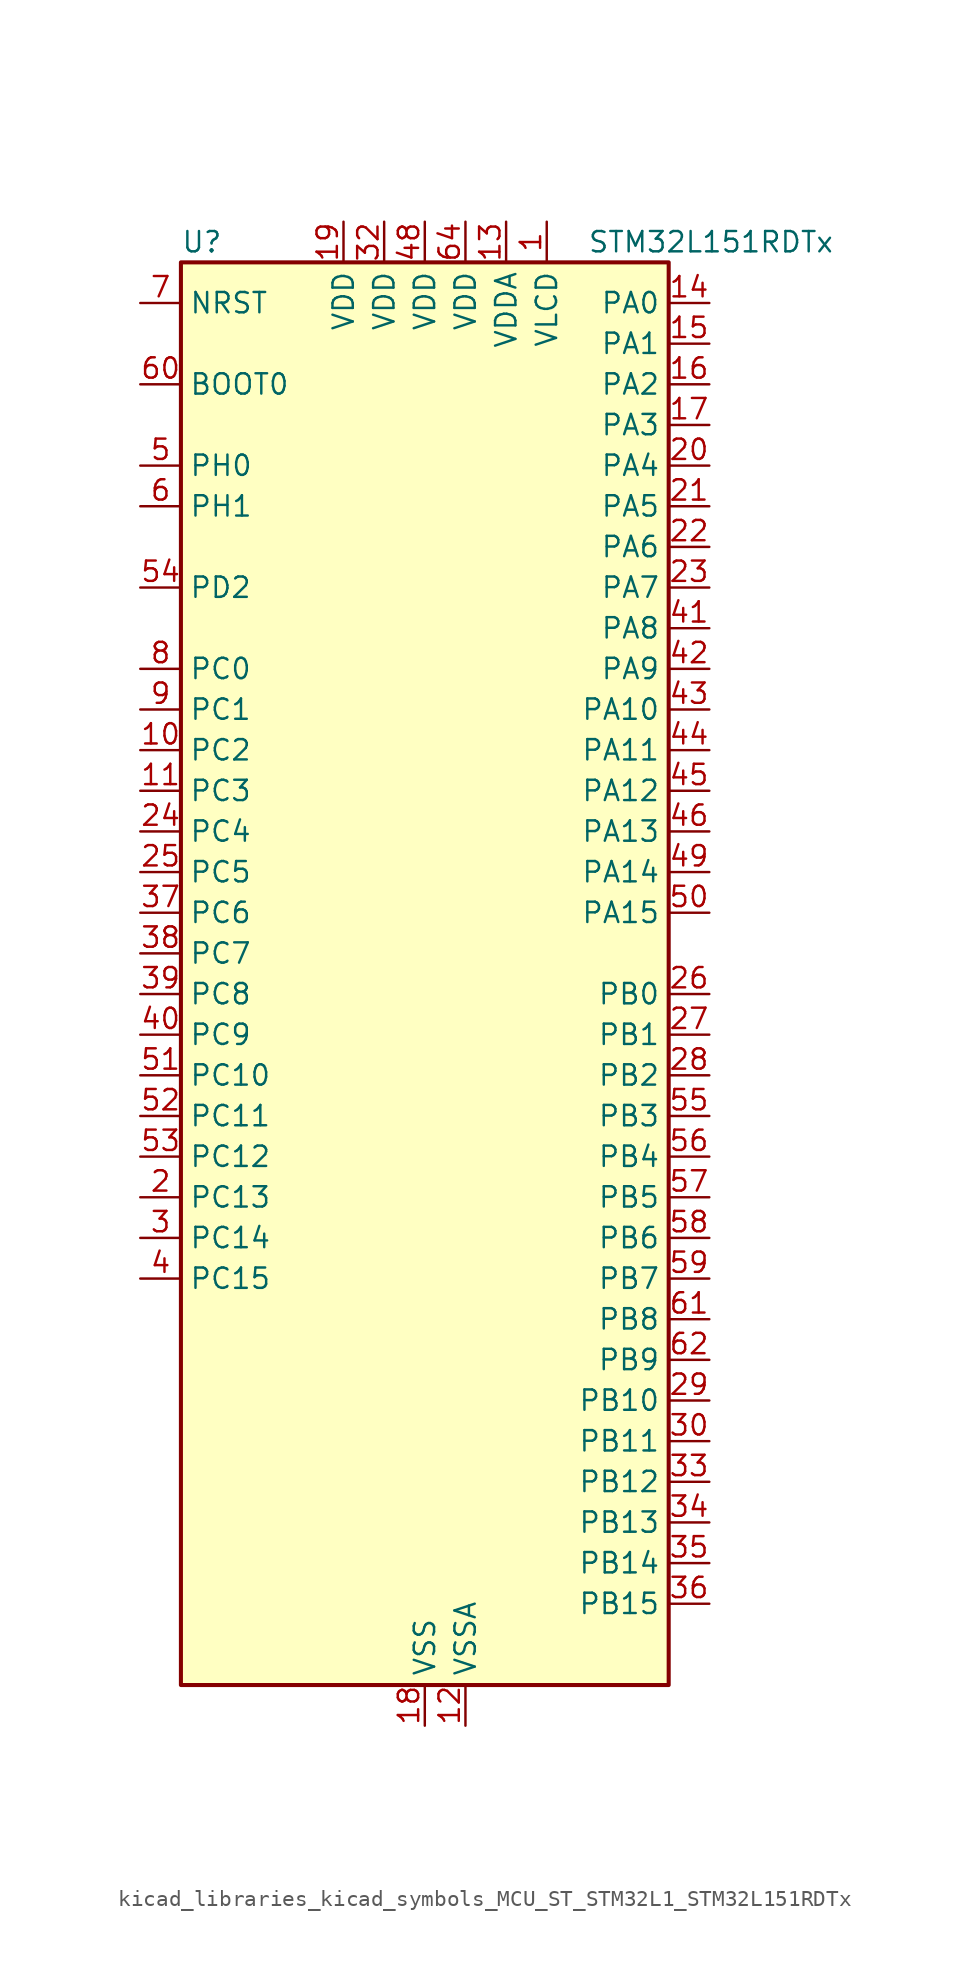
<source format=kicad_sym>
(kicad_symbol_lib
  (version 20220914)
  (generator kicad_symbol_editor)
  (symbol "kicad_libraries_kicad_symbols_MCU_ST_STM32L1_STM32L151RDTx"
    (property "Reference" "U"
      (at -15.24 46.99 0)
      (effects (font (size 1.27 1.27)) (justify left)))
    (property "Value" "STM32L151RDTx"
      (at 10.16 46.99 0)
      (effects (font (size 1.27 1.27)) (justify left)))
    (property "ki_locked" ""
      (at 0 0 0)
      (effects (font (size 1.27 1.27))))
    (symbol "kicad_libraries_kicad_symbols_MCU_ST_STM32L1_STM32L151RDTx_0_1"
      (rectangle (start -15.24 -43.18) (end 15.24 45.72) (stroke (width 0.254) (type default)) (fill (type background))))
    (symbol "kicad_libraries_kicad_symbols_MCU_ST_STM32L1_STM32L151RDTx_1_1"
      (pin power_in line (at 7.62 48.26 270) (length 2.54) (name "VLCD" (effects (font (size 1.27 1.27)))) (number "1" (effects (font (size 1.27 1.27)))))
      (pin bidirectional line (at -17.78 15.24 0) (length 2.54) (name "PC2" (effects (font (size 1.27 1.27)))) (number "10" (effects (font (size 1.27 1.27)))) (alternate "ADC_IN12" bidirectional line) (alternate "COMP1_INP" bidirectional line) (alternate "OPAMP3_VINM" bidirectional line) (alternate "TIMX_IC3" bidirectional line) (alternate "TS_G8_IO3" bidirectional line))
      (pin bidirectional line (at -17.78 12.7 0) (length 2.54) (name "PC3" (effects (font (size 1.27 1.27)))) (number "11" (effects (font (size 1.27 1.27)))) (alternate "ADC_IN13" bidirectional line) (alternate "COMP1_INP" bidirectional line) (alternate "OPAMP3_VOUT" bidirectional line) (alternate "TIMX_IC4" bidirectional line) (alternate "TS_G8_IO4" bidirectional line))
      (pin power_in line (at 2.54 -45.72 90) (length 2.54) (name "VSSA" (effects (font (size 1.27 1.27)))) (number "12" (effects (font (size 1.27 1.27)))))
      (pin power_in line (at 5.08 48.26 270) (length 2.54) (name "VDDA" (effects (font (size 1.27 1.27)))) (number "13" (effects (font (size 1.27 1.27)))))
      (pin bidirectional line (at 17.78 43.18 180) (length 2.54) (name "PA0" (effects (font (size 1.27 1.27)))) (number "14" (effects (font (size 1.27 1.27)))) (alternate "ADC_IN0" bidirectional line) (alternate "COMP1_INP" bidirectional line) (alternate "RTC_TAMP2" bidirectional line) (alternate "SYS_WKUP1" bidirectional line) (alternate "TIM2_CH1" bidirectional line) (alternate "TIM2_ETR" bidirectional line) (alternate "TIM5_CH1" bidirectional line) (alternate "TIMX_IC1" bidirectional line) (alternate "TS_G1_IO1" bidirectional line) (alternate "USART2_CTS" bidirectional line))
      (pin bidirectional line (at 17.78 40.64 180) (length 2.54) (name "PA1" (effects (font (size 1.27 1.27)))) (number "15" (effects (font (size 1.27 1.27)))) (alternate "ADC_IN1" bidirectional line) (alternate "COMP1_INP" bidirectional line) (alternate "OPAMP1_VINP" bidirectional line) (alternate "TIM2_CH2" bidirectional line) (alternate "TIM5_CH2" bidirectional line) (alternate "TIMX_IC2" bidirectional line) (alternate "TS_G1_IO2" bidirectional line) (alternate "USART2_RTS" bidirectional line))
      (pin bidirectional line (at 17.78 38.1 180) (length 2.54) (name "PA2" (effects (font (size 1.27 1.27)))) (number "16" (effects (font (size 1.27 1.27)))) (alternate "ADC_IN2" bidirectional line) (alternate "COMP1_INP" bidirectional line) (alternate "OPAMP1_VINM" bidirectional line) (alternate "TIM2_CH3" bidirectional line) (alternate "TIM5_CH3" bidirectional line) (alternate "TIM9_CH1" bidirectional line) (alternate "TIMX_IC3" bidirectional line) (alternate "TS_G1_IO3" bidirectional line) (alternate "USART2_TX" bidirectional line))
      (pin bidirectional line (at 17.78 35.56 180) (length 2.54) (name "PA3" (effects (font (size 1.27 1.27)))) (number "17" (effects (font (size 1.27 1.27)))) (alternate "ADC_IN3" bidirectional line) (alternate "COMP1_INP" bidirectional line) (alternate "OPAMP1_VOUT" bidirectional line) (alternate "TIM2_CH4" bidirectional line) (alternate "TIM5_CH4" bidirectional line) (alternate "TIM9_CH2" bidirectional line) (alternate "TIMX_IC4" bidirectional line) (alternate "TS_G1_IO4" bidirectional line) (alternate "USART2_RX" bidirectional line))
      (pin power_in line (at 0 -45.72 90) (length 2.54) (name "VSS" (effects (font (size 1.27 1.27)))) (number "18" (effects (font (size 1.27 1.27)))))
      (pin power_in line (at -5.08 48.26 270) (length 2.54) (name "VDD" (effects (font (size 1.27 1.27)))) (number "19" (effects (font (size 1.27 1.27)))))
      (pin bidirectional line (at -17.78 -12.7 0) (length 2.54) (name "PC13" (effects (font (size 1.27 1.27)))) (number "2" (effects (font (size 1.27 1.27)))) (alternate "RTC_OUT_ALARM" bidirectional line) (alternate "RTC_OUT_CALIB" bidirectional line) (alternate "RTC_TAMP1" bidirectional line) (alternate "RTC_TS" bidirectional line) (alternate "SYS_WKUP2" bidirectional line) (alternate "TIMX_IC2" bidirectional line))
      (pin bidirectional line (at 17.78 33.02 180) (length 2.54) (name "PA4" (effects (font (size 1.27 1.27)))) (number "20" (effects (font (size 1.27 1.27)))) (alternate "ADC_IN4" bidirectional line) (alternate "COMP1_INP" bidirectional line) (alternate "DAC_OUT1" bidirectional line) (alternate "I2S3_WS" bidirectional line) (alternate "SPI1_NSS" bidirectional line) (alternate "SPI3_NSS" bidirectional line) (alternate "TIMX_IC1" bidirectional line) (alternate "USART2_CK" bidirectional line))
      (pin bidirectional line (at 17.78 30.48 180) (length 2.54) (name "PA5" (effects (font (size 1.27 1.27)))) (number "21" (effects (font (size 1.27 1.27)))) (alternate "ADC_IN5" bidirectional line) (alternate "COMP1_INP" bidirectional line) (alternate "DAC_OUT2" bidirectional line) (alternate "SPI1_SCK" bidirectional line) (alternate "TIM2_CH1" bidirectional line) (alternate "TIM2_ETR" bidirectional line) (alternate "TIMX_IC2" bidirectional line))
      (pin bidirectional line (at 17.78 27.94 180) (length 2.54) (name "PA6" (effects (font (size 1.27 1.27)))) (number "22" (effects (font (size 1.27 1.27)))) (alternate "ADC_IN6" bidirectional line) (alternate "COMP1_INP" bidirectional line) (alternate "OPAMP2_VINP" bidirectional line) (alternate "SPI1_MISO" bidirectional line) (alternate "TIM10_CH1" bidirectional line) (alternate "TIM3_CH1" bidirectional line) (alternate "TIMX_IC3" bidirectional line) (alternate "TS_G2_IO1" bidirectional line))
      (pin bidirectional line (at 17.78 25.4 180) (length 2.54) (name "PA7" (effects (font (size 1.27 1.27)))) (number "23" (effects (font (size 1.27 1.27)))) (alternate "ADC_IN7" bidirectional line) (alternate "COMP1_INP" bidirectional line) (alternate "OPAMP2_VINM" bidirectional line) (alternate "SPI1_MOSI" bidirectional line) (alternate "TIM11_CH1" bidirectional line) (alternate "TIM3_CH2" bidirectional line) (alternate "TIMX_IC4" bidirectional line) (alternate "TS_G2_IO2" bidirectional line))
      (pin bidirectional line (at -17.78 10.16 0) (length 2.54) (name "PC4" (effects (font (size 1.27 1.27)))) (number "24" (effects (font (size 1.27 1.27)))) (alternate "ADC_IN14" bidirectional line) (alternate "COMP1_INP" bidirectional line) (alternate "TIMX_IC1" bidirectional line) (alternate "TS_G9_IO1" bidirectional line))
      (pin bidirectional line (at -17.78 7.62 0) (length 2.54) (name "PC5" (effects (font (size 1.27 1.27)))) (number "25" (effects (font (size 1.27 1.27)))) (alternate "ADC_IN15" bidirectional line) (alternate "COMP1_INP" bidirectional line) (alternate "TIMX_IC2" bidirectional line) (alternate "TS_G9_IO2" bidirectional line))
      (pin bidirectional line (at 17.78 0 180) (length 2.54) (name "PB0" (effects (font (size 1.27 1.27)))) (number "26" (effects (font (size 1.27 1.27)))) (alternate "ADC_IN8" bidirectional line) (alternate "COMP1_INP" bidirectional line) (alternate "OPAMP2_VOUT" bidirectional line) (alternate "SYS_V_REF_OUT" bidirectional line) (alternate "TIM3_CH3" bidirectional line) (alternate "TS_G3_IO1" bidirectional line))
      (pin bidirectional line (at 17.78 -2.54 180) (length 2.54) (name "PB1" (effects (font (size 1.27 1.27)))) (number "27" (effects (font (size 1.27 1.27)))) (alternate "ADC_IN9" bidirectional line) (alternate "COMP1_INP" bidirectional line) (alternate "SYS_V_REF_OUT" bidirectional line) (alternate "TIM3_CH4" bidirectional line) (alternate "TS_G3_IO2" bidirectional line))
      (pin bidirectional line (at 17.78 -5.08 180) (length 2.54) (name "PB2" (effects (font (size 1.27 1.27)))) (number "28" (effects (font (size 1.27 1.27)))) (alternate "TS_G3_IO3" bidirectional line))
      (pin bidirectional line (at 17.78 -25.4 180) (length 2.54) (name "PB10" (effects (font (size 1.27 1.27)))) (number "29" (effects (font (size 1.27 1.27)))) (alternate "I2C2_SCL" bidirectional line) (alternate "TIM2_CH3" bidirectional line) (alternate "USART3_TX" bidirectional line))
      (pin bidirectional line (at -17.78 -15.24 0) (length 2.54) (name "PC14" (effects (font (size 1.27 1.27)))) (number "3" (effects (font (size 1.27 1.27)))) (alternate "RCC_OSC32_IN" bidirectional line) (alternate "TIMX_IC3" bidirectional line))
      (pin bidirectional line (at 17.78 -27.94 180) (length 2.54) (name "PB11" (effects (font (size 1.27 1.27)))) (number "30" (effects (font (size 1.27 1.27)))) (alternate "ADC_EXTI11" bidirectional line) (alternate "I2C2_SDA" bidirectional line) (alternate "TIM2_CH4" bidirectional line) (alternate "USART3_RX" bidirectional line))
      (pin passive line (at 0 -45.72 90) (length 2.54) hide (name "VSS" (effects (font (size 1.27 1.27)))) (number "31" (effects (font (size 1.27 1.27)))))
      (pin power_in line (at -2.54 48.26 270) (length 2.54) (name "VDD" (effects (font (size 1.27 1.27)))) (number "32" (effects (font (size 1.27 1.27)))))
      (pin bidirectional line (at 17.78 -30.48 180) (length 2.54) (name "PB12" (effects (font (size 1.27 1.27)))) (number "33" (effects (font (size 1.27 1.27)))) (alternate "ADC_IN18" bidirectional line) (alternate "COMP1_INP" bidirectional line) (alternate "I2C2_SMBA" bidirectional line) (alternate "I2S2_WS" bidirectional line) (alternate "SPI2_NSS" bidirectional line) (alternate "TIM10_CH1" bidirectional line) (alternate "TS_G7_IO1" bidirectional line) (alternate "USART3_CK" bidirectional line))
      (pin bidirectional line (at 17.78 -33.02 180) (length 2.54) (name "PB13" (effects (font (size 1.27 1.27)))) (number "34" (effects (font (size 1.27 1.27)))) (alternate "ADC_IN19" bidirectional line) (alternate "COMP1_INP" bidirectional line) (alternate "I2S2_CK" bidirectional line) (alternate "SPI2_SCK" bidirectional line) (alternate "TIM9_CH1" bidirectional line) (alternate "TS_G7_IO2" bidirectional line) (alternate "USART3_CTS" bidirectional line))
      (pin bidirectional line (at 17.78 -35.56 180) (length 2.54) (name "PB14" (effects (font (size 1.27 1.27)))) (number "35" (effects (font (size 1.27 1.27)))) (alternate "ADC_IN20" bidirectional line) (alternate "COMP1_INP" bidirectional line) (alternate "SPI2_MISO" bidirectional line) (alternate "TIM9_CH2" bidirectional line) (alternate "TS_G7_IO3" bidirectional line) (alternate "USART3_RTS" bidirectional line))
      (pin bidirectional line (at 17.78 -38.1 180) (length 2.54) (name "PB15" (effects (font (size 1.27 1.27)))) (number "36" (effects (font (size 1.27 1.27)))) (alternate "ADC_EXTI15" bidirectional line) (alternate "ADC_IN21" bidirectional line) (alternate "COMP1_INP" bidirectional line) (alternate "I2S2_SD" bidirectional line) (alternate "RTC_REFIN" bidirectional line) (alternate "SPI2_MOSI" bidirectional line) (alternate "TIM11_CH1" bidirectional line) (alternate "TS_G7_IO4" bidirectional line))
      (pin bidirectional line (at -17.78 5.08 0) (length 2.54) (name "PC6" (effects (font (size 1.27 1.27)))) (number "37" (effects (font (size 1.27 1.27)))) (alternate "I2S2_MCK" bidirectional line) (alternate "SDIO_D6" bidirectional line) (alternate "TIM3_CH1" bidirectional line) (alternate "TIMX_IC3" bidirectional line) (alternate "TS_G10_IO1" bidirectional line))
      (pin bidirectional line (at -17.78 2.54 0) (length 2.54) (name "PC7" (effects (font (size 1.27 1.27)))) (number "38" (effects (font (size 1.27 1.27)))) (alternate "I2S3_MCK" bidirectional line) (alternate "SDIO_D7" bidirectional line) (alternate "TIM3_CH2" bidirectional line) (alternate "TIMX_IC4" bidirectional line) (alternate "TS_G10_IO2" bidirectional line))
      (pin bidirectional line (at -17.78 0 0) (length 2.54) (name "PC8" (effects (font (size 1.27 1.27)))) (number "39" (effects (font (size 1.27 1.27)))) (alternate "SDIO_D0" bidirectional line) (alternate "TIM3_CH3" bidirectional line) (alternate "TIMX_IC1" bidirectional line) (alternate "TS_G10_IO3" bidirectional line))
      (pin bidirectional line (at -17.78 -17.78 0) (length 2.54) (name "PC15" (effects (font (size 1.27 1.27)))) (number "4" (effects (font (size 1.27 1.27)))) (alternate "ADC_EXTI15" bidirectional line) (alternate "RCC_OSC32_OUT" bidirectional line) (alternate "TIMX_IC4" bidirectional line))
      (pin bidirectional line (at -17.78 -2.54 0) (length 2.54) (name "PC9" (effects (font (size 1.27 1.27)))) (number "40" (effects (font (size 1.27 1.27)))) (alternate "DAC_EXTI9" bidirectional line) (alternate "SDIO_D1" bidirectional line) (alternate "TIM3_CH4" bidirectional line) (alternate "TIMX_IC2" bidirectional line) (alternate "TS_G10_IO4" bidirectional line))
      (pin bidirectional line (at 17.78 22.86 180) (length 2.54) (name "PA8" (effects (font (size 1.27 1.27)))) (number "41" (effects (font (size 1.27 1.27)))) (alternate "RCC_MCO" bidirectional line) (alternate "TIMX_IC1" bidirectional line) (alternate "TS_G4_IO1" bidirectional line) (alternate "USART1_CK" bidirectional line))
      (pin bidirectional line (at 17.78 20.32 180) (length 2.54) (name "PA9" (effects (font (size 1.27 1.27)))) (number "42" (effects (font (size 1.27 1.27)))) (alternate "DAC_EXTI9" bidirectional line) (alternate "TIMX_IC2" bidirectional line) (alternate "TS_G4_IO2" bidirectional line) (alternate "USART1_TX" bidirectional line))
      (pin bidirectional line (at 17.78 17.78 180) (length 2.54) (name "PA10" (effects (font (size 1.27 1.27)))) (number "43" (effects (font (size 1.27 1.27)))) (alternate "TIMX_IC3" bidirectional line) (alternate "TS_G4_IO3" bidirectional line) (alternate "USART1_RX" bidirectional line))
      (pin bidirectional line (at 17.78 15.24 180) (length 2.54) (name "PA11" (effects (font (size 1.27 1.27)))) (number "44" (effects (font (size 1.27 1.27)))) (alternate "ADC_EXTI11" bidirectional line) (alternate "SPI1_MISO" bidirectional line) (alternate "TIMX_IC4" bidirectional line) (alternate "USART1_CTS" bidirectional line) (alternate "USB_DM" bidirectional line))
      (pin bidirectional line (at 17.78 12.7 180) (length 2.54) (name "PA12" (effects (font (size 1.27 1.27)))) (number "45" (effects (font (size 1.27 1.27)))) (alternate "SPI1_MOSI" bidirectional line) (alternate "TIMX_IC1" bidirectional line) (alternate "USART1_RTS" bidirectional line) (alternate "USB_DP" bidirectional line))
      (pin bidirectional line (at 17.78 10.16 180) (length 2.54) (name "PA13" (effects (font (size 1.27 1.27)))) (number "46" (effects (font (size 1.27 1.27)))) (alternate "SYS_JTMS-SWDIO" bidirectional line) (alternate "TIMX_IC2" bidirectional line) (alternate "TS_G5_IO1" bidirectional line))
      (pin passive line (at 0 -45.72 90) (length 2.54) hide (name "VSS" (effects (font (size 1.27 1.27)))) (number "47" (effects (font (size 1.27 1.27)))))
      (pin power_in line (at 0 48.26 270) (length 2.54) (name "VDD" (effects (font (size 1.27 1.27)))) (number "48" (effects (font (size 1.27 1.27)))))
      (pin bidirectional line (at 17.78 7.62 180) (length 2.54) (name "PA14" (effects (font (size 1.27 1.27)))) (number "49" (effects (font (size 1.27 1.27)))) (alternate "SYS_JTCK-SWCLK" bidirectional line) (alternate "TIMX_IC3" bidirectional line) (alternate "TS_G5_IO2" bidirectional line))
      (pin bidirectional line (at -17.78 33.02 0) (length 2.54) (name "PH0" (effects (font (size 1.27 1.27)))) (number "5" (effects (font (size 1.27 1.27)))) (alternate "RCC_OSC_IN" bidirectional line))
      (pin bidirectional line (at 17.78 5.08 180) (length 2.54) (name "PA15" (effects (font (size 1.27 1.27)))) (number "50" (effects (font (size 1.27 1.27)))) (alternate "ADC_EXTI15" bidirectional line) (alternate "I2S3_WS" bidirectional line) (alternate "SPI1_NSS" bidirectional line) (alternate "SPI3_NSS" bidirectional line) (alternate "SYS_JTDI" bidirectional line) (alternate "TIM2_CH1" bidirectional line) (alternate "TIM2_ETR" bidirectional line) (alternate "TIMX_IC4" bidirectional line) (alternate "TS_G5_IO3" bidirectional line))
      (pin bidirectional line (at -17.78 -5.08 0) (length 2.54) (name "PC10" (effects (font (size 1.27 1.27)))) (number "51" (effects (font (size 1.27 1.27)))) (alternate "I2S3_CK" bidirectional line) (alternate "SDIO_D2" bidirectional line) (alternate "SPI3_SCK" bidirectional line) (alternate "TIMX_IC3" bidirectional line) (alternate "UART4_TX" bidirectional line) (alternate "USART3_TX" bidirectional line))
      (pin bidirectional line (at -17.78 -7.62 0) (length 2.54) (name "PC11" (effects (font (size 1.27 1.27)))) (number "52" (effects (font (size 1.27 1.27)))) (alternate "ADC_EXTI11" bidirectional line) (alternate "SDIO_D3" bidirectional line) (alternate "SPI3_MISO" bidirectional line) (alternate "TIMX_IC4" bidirectional line) (alternate "UART4_RX" bidirectional line) (alternate "USART3_RX" bidirectional line))
      (pin bidirectional line (at -17.78 -10.16 0) (length 2.54) (name "PC12" (effects (font (size 1.27 1.27)))) (number "53" (effects (font (size 1.27 1.27)))) (alternate "I2S3_SD" bidirectional line) (alternate "SDIO_CK" bidirectional line) (alternate "SPI3_MOSI" bidirectional line) (alternate "TIMX_IC1" bidirectional line) (alternate "UART5_TX" bidirectional line) (alternate "USART3_CK" bidirectional line))
      (pin bidirectional line (at -17.78 25.4 0) (length 2.54) (name "PD2" (effects (font (size 1.27 1.27)))) (number "54" (effects (font (size 1.27 1.27)))) (alternate "SDIO_CMD" bidirectional line) (alternate "TIM3_ETR" bidirectional line) (alternate "TIMX_IC3" bidirectional line) (alternate "UART5_RX" bidirectional line))
      (pin bidirectional line (at 17.78 -7.62 180) (length 2.54) (name "PB3" (effects (font (size 1.27 1.27)))) (number "55" (effects (font (size 1.27 1.27)))) (alternate "COMP2_INM" bidirectional line) (alternate "I2S3_CK" bidirectional line) (alternate "SPI1_SCK" bidirectional line) (alternate "SPI3_SCK" bidirectional line) (alternate "SYS_JTDO-TRACESWO" bidirectional line) (alternate "TIM2_CH2" bidirectional line))
      (pin bidirectional line (at 17.78 -10.16 180) (length 2.54) (name "PB4" (effects (font (size 1.27 1.27)))) (number "56" (effects (font (size 1.27 1.27)))) (alternate "COMP2_INP" bidirectional line) (alternate "SPI1_MISO" bidirectional line) (alternate "SPI3_MISO" bidirectional line) (alternate "SYS_JTRST" bidirectional line) (alternate "TIM3_CH1" bidirectional line) (alternate "TS_G6_IO1" bidirectional line))
      (pin bidirectional line (at 17.78 -12.7 180) (length 2.54) (name "PB5" (effects (font (size 1.27 1.27)))) (number "57" (effects (font (size 1.27 1.27)))) (alternate "COMP2_INP" bidirectional line) (alternate "I2C1_SMBA" bidirectional line) (alternate "I2S3_SD" bidirectional line) (alternate "SPI1_MOSI" bidirectional line) (alternate "SPI3_MOSI" bidirectional line) (alternate "TIM3_CH2" bidirectional line) (alternate "TS_G6_IO2" bidirectional line))
      (pin bidirectional line (at 17.78 -15.24 180) (length 2.54) (name "PB6" (effects (font (size 1.27 1.27)))) (number "58" (effects (font (size 1.27 1.27)))) (alternate "COMP2_INP" bidirectional line) (alternate "I2C1_SCL" bidirectional line) (alternate "TIM4_CH1" bidirectional line) (alternate "TS_G6_IO3" bidirectional line) (alternate "USART1_TX" bidirectional line))
      (pin bidirectional line (at 17.78 -17.78 180) (length 2.54) (name "PB7" (effects (font (size 1.27 1.27)))) (number "59" (effects (font (size 1.27 1.27)))) (alternate "COMP2_INP" bidirectional line) (alternate "I2C1_SDA" bidirectional line) (alternate "SYS_PVD_IN" bidirectional line) (alternate "TIM4_CH2" bidirectional line) (alternate "TS_G6_IO4" bidirectional line) (alternate "USART1_RX" bidirectional line))
      (pin bidirectional line (at -17.78 30.48 0) (length 2.54) (name "PH1" (effects (font (size 1.27 1.27)))) (number "6" (effects (font (size 1.27 1.27)))) (alternate "RCC_OSC_OUT" bidirectional line))
      (pin input line (at -17.78 38.1 0) (length 2.54) (name "BOOT0" (effects (font (size 1.27 1.27)))) (number "60" (effects (font (size 1.27 1.27)))))
      (pin bidirectional line (at 17.78 -20.32 180) (length 2.54) (name "PB8" (effects (font (size 1.27 1.27)))) (number "61" (effects (font (size 1.27 1.27)))) (alternate "I2C1_SCL" bidirectional line) (alternate "SDIO_D4" bidirectional line) (alternate "TIM10_CH1" bidirectional line) (alternate "TIM4_CH3" bidirectional line))
      (pin bidirectional line (at 17.78 -22.86 180) (length 2.54) (name "PB9" (effects (font (size 1.27 1.27)))) (number "62" (effects (font (size 1.27 1.27)))) (alternate "DAC_EXTI9" bidirectional line) (alternate "I2C1_SDA" bidirectional line) (alternate "SDIO_D5" bidirectional line) (alternate "TIM11_CH1" bidirectional line) (alternate "TIM4_CH4" bidirectional line))
      (pin passive line (at 0 -45.72 90) (length 2.54) hide (name "VSS" (effects (font (size 1.27 1.27)))) (number "63" (effects (font (size 1.27 1.27)))))
      (pin power_in line (at 2.54 48.26 270) (length 2.54) (name "VDD" (effects (font (size 1.27 1.27)))) (number "64" (effects (font (size 1.27 1.27)))))
      (pin input line (at -17.78 43.18 0) (length 2.54) (name "NRST" (effects (font (size 1.27 1.27)))) (number "7" (effects (font (size 1.27 1.27)))))
      (pin bidirectional line (at -17.78 20.32 0) (length 2.54) (name "PC0" (effects (font (size 1.27 1.27)))) (number "8" (effects (font (size 1.27 1.27)))) (alternate "ADC_IN10" bidirectional line) (alternate "COMP1_INP" bidirectional line) (alternate "TIMX_IC1" bidirectional line) (alternate "TS_G8_IO1" bidirectional line))
      (pin bidirectional line (at -17.78 17.78 0) (length 2.54) (name "PC1" (effects (font (size 1.27 1.27)))) (number "9" (effects (font (size 1.27 1.27)))) (alternate "ADC_IN11" bidirectional line) (alternate "COMP1_INP" bidirectional line) (alternate "OPAMP3_VINP" bidirectional line) (alternate "TIMX_IC2" bidirectional line) (alternate "TS_G8_IO2" bidirectional line)))))
</source>
